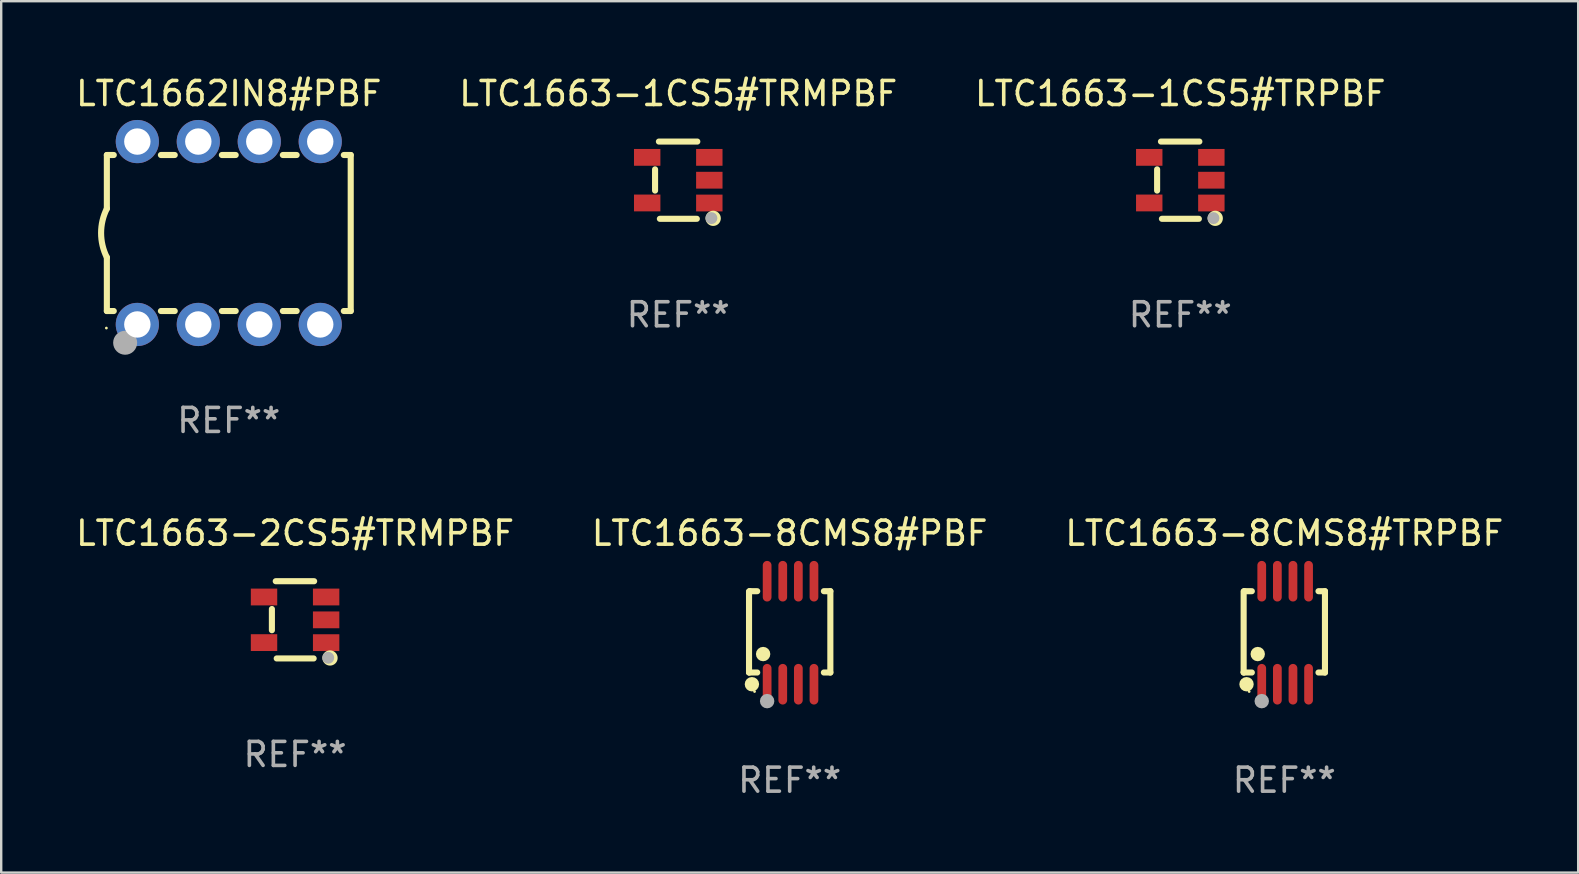
<source format=kicad_pcb>
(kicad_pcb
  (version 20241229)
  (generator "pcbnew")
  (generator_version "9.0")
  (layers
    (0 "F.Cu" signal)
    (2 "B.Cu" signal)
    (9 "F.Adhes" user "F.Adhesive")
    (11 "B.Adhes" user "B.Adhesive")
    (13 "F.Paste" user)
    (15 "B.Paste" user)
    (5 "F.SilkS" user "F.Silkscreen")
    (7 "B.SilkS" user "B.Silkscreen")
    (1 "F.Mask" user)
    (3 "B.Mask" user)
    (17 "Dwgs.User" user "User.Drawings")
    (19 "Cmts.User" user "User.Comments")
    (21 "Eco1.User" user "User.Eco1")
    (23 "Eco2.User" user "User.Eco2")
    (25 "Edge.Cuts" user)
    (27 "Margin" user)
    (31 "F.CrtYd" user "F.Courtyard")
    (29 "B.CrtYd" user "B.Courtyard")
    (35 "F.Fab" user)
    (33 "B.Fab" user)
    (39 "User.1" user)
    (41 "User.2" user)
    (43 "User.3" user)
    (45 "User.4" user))
  (footprint "LTC1663-1CS5#TRMPBF"
    (layer "F.Cu")
    (at 25.208 4.457)
    (property "Reference" "LTC1663-1CS5#TRMPBF" (at 0 -3.609 0) (layer "F.SilkS") (effects (font (size 1 1) (thickness 0.15))))
    (attr through_hole)
    (fp_line (start -0.966 0.433) (end -0.966 -0.451) (stroke (width 0.254) (type solid)) (layer "F.SilkS"))
    (fp_line (start -0.806 -1.609) (end 0.794 -1.609) (stroke (width 0.254) (type solid)) (layer "F.SilkS"))
    (fp_line (start -0.766 1.609) (end 0.774 1.609) (stroke (width 0.254) (type solid)) (layer "F.SilkS"))
    (fp_circle (center 1.4 1.45) (end 1.43 1.45) (stroke (width 0.06) (type solid)) (fill no) (layer "F.SilkS"))
    (fp_circle (center 1.456 1.589) (end 1.52 1.589) (stroke (width 0.254) (type solid)) (fill no) (layer "F.SilkS"))
    (fp_circle (center 1.38 1.58) (end 1.505 1.58) (stroke (width 0.25) (type solid)) (fill no) (layer "F.Fab"))
    (fp_text user "REF**" (at 0 5.609 0) (layer "F.Fab") (effects (font (size 1 1) (thickness 0.15))))
    (pad "1" smd rect (at 1.294 0.951) (size 1.1 0.7) (layers "F.Cu" "F.Mask" "F.Paste"))
    (pad "2" smd rect (at 1.294 0.001) (size 1.1 0.7) (layers "F.Cu" "F.Mask" "F.Paste"))
    (pad "3" smd rect (at 1.294 -0.951) (size 1.1 0.7) (layers "F.Cu" "F.Mask" "F.Paste"))
    (pad "4" smd rect (at -1.294 -0.951 180) (size 1.1 0.7) (layers "F.Cu" "F.Mask" "F.Paste"))
    (pad "5" smd rect (at -1.294 0.949 180) (size 1.1 0.7) (layers "F.Cu" "F.Mask" "F.Paste")))
  (footprint "LTC1663-2CS5#TRMPBF"
    (layer "F.Cu")
    (at 9.244 22.774)
    (property "Reference" "LTC1663-2CS5#TRMPBF" (at 0 -3.609 0) (layer "F.SilkS") (effects (font (size 1 1) (thickness 0.15))))
    (attr through_hole)
    (fp_line (start -0.966 0.433) (end -0.966 -0.451) (stroke (width 0.254) (type solid)) (layer "F.SilkS"))
    (fp_line (start -0.806 -1.609) (end 0.794 -1.609) (stroke (width 0.254) (type solid)) (layer "F.SilkS"))
    (fp_line (start -0.766 1.609) (end 0.774 1.609) (stroke (width 0.254) (type solid)) (layer "F.SilkS"))
    (fp_circle (center 1.4 1.45) (end 1.43 1.45) (stroke (width 0.06) (type solid)) (fill no) (layer "F.SilkS"))
    (fp_circle (center 1.456 1.589) (end 1.52 1.589) (stroke (width 0.254) (type solid)) (fill no) (layer "F.SilkS"))
    (fp_circle (center 1.38 1.58) (end 1.505 1.58) (stroke (width 0.25) (type solid)) (fill no) (layer "F.Fab"))
    (fp_text user "REF**" (at 0 5.609 0) (layer "F.Fab") (effects (font (size 1 1) (thickness 0.15))))
    (pad "1" smd rect (at 1.294 0.951) (size 1.1 0.7) (layers "F.Cu" "F.Mask" "F.Paste"))
    (pad "2" smd rect (at 1.294 0.001) (size 1.1 0.7) (layers "F.Cu" "F.Mask" "F.Paste"))
    (pad "3" smd rect (at 1.294 -0.951) (size 1.1 0.7) (layers "F.Cu" "F.Mask" "F.Paste"))
    (pad "4" smd rect (at -1.294 -0.951 180) (size 1.1 0.7) (layers "F.Cu" "F.Mask" "F.Paste"))
    (pad "5" smd rect (at -1.294 0.949 180) (size 1.1 0.7) (layers "F.Cu" "F.Mask" "F.Paste")))
  (footprint "LTC1663-8CMS8#PBF"
    (layer "F.Cu")
    (at 29.851 23.311)
    (property "Reference" "LTC1663-8CMS8#PBF" (at 0 -4.146 0) (layer "F.SilkS") (effects (font (size 1 1) (thickness 0.15))))
    (attr through_hole)
    (fp_line (start -1.694 -1.724) (end -1.694 1.652) (stroke (width 0.254) (type solid)) (layer "F.SilkS"))
    (fp_line (start -1.694 1.652) (end -1.688 1.658) (stroke (width 0.254) (type solid)) (layer "F.SilkS"))
    (fp_line (start -1.688 1.658) (end -1.353 1.658) (stroke (width 0.254) (type solid)) (layer "F.SilkS"))
    (fp_line (start -1.661 -1.73) (end -1.681 -1.71) (stroke (width 0.254) (type solid)) (layer "F.SilkS"))
    (fp_line (start -1.353 -1.73) (end -1.661 -1.73) (stroke (width 0.254) (type solid)) (layer "F.SilkS"))
    (fp_line (start 1.424 1.658) (end 1.694 1.658) (stroke (width 0.254) (type solid)) (layer "F.SilkS"))
    (fp_line (start 1.694 -1.73) (end 1.424 -1.73) (stroke (width 0.254) (type solid)) (layer "F.SilkS"))
    (fp_line (start 1.694 1.658) (end 1.694 -1.73) (stroke (width 0.254) (type solid)) (layer "F.SilkS"))
    (fp_circle (center -1.574 2.146) (end -1.424 2.146) (stroke (width 0.3) (type solid)) (fill no) (layer "F.SilkS"))
    (fp_circle (center -1.464 2.45) (end -1.434 2.45) (stroke (width 0.06) (type solid)) (fill no) (layer "F.SilkS"))
    (fp_circle (center -1.107 0.889) (end -0.957 0.889) (stroke (width 0.3) (type solid)) (fill no) (layer "F.SilkS"))
    (fp_circle (center -0.94 2.85) (end -0.789 2.85) (stroke (width 0.3) (type solid)) (fill no) (layer "F.Fab"))
    (fp_text user "REF**" (at 0 6.146 0) (layer "F.Fab") (effects (font (size 1 1) (thickness 0.15))))
    (pad "1" smd oval (at -0.94 2.146) (size 0.364 1.692) (layers "F.Cu" "F.Mask" "F.Paste"))
    (pad "2" smd oval (at -0.289 2.146) (size 0.364 1.692) (layers "F.Cu" "F.Mask" "F.Paste"))
    (pad "3" smd oval (at 0.361 2.146) (size 0.364 1.692) (layers "F.Cu" "F.Mask" "F.Paste"))
    (pad "4" smd oval (at 1.011 2.146) (size 0.364 1.692) (layers "F.Cu" "F.Mask" "F.Paste"))
    (pad "5" smd oval (at 1.011 -2.146) (size 0.364 1.692) (layers "F.Cu" "F.Mask" "F.Paste"))
    (pad "6" smd oval (at 0.361 -2.146) (size 0.364 1.692) (layers "F.Cu" "F.Mask" "F.Paste"))
    (pad "7" smd oval (at -0.289 -2.146) (size 0.364 1.692) (layers "F.Cu" "F.Mask" "F.Paste"))
    (pad "8" smd oval (at -0.94 -2.146) (size 0.364 1.692) (layers "F.Cu" "F.Mask" "F.Paste")))
  (footprint "LTC1663-8CMS8#TRPBF"
    (layer "F.Cu")
    (at 50.458 23.311)
    (property "Reference" "LTC1663-8CMS8#TRPBF" (at 0 -4.146 0) (layer "F.SilkS") (effects (font (size 1 1) (thickness 0.15))))
    (attr through_hole)
    (fp_line (start -1.694 -1.724) (end -1.694 1.652) (stroke (width 0.254) (type solid)) (layer "F.SilkS"))
    (fp_line (start -1.694 1.652) (end -1.688 1.658) (stroke (width 0.254) (type solid)) (layer "F.SilkS"))
    (fp_line (start -1.688 1.658) (end -1.353 1.658) (stroke (width 0.254) (type solid)) (layer "F.SilkS"))
    (fp_line (start -1.661 -1.73) (end -1.681 -1.71) (stroke (width 0.254) (type solid)) (layer "F.SilkS"))
    (fp_line (start -1.353 -1.73) (end -1.661 -1.73) (stroke (width 0.254) (type solid)) (layer "F.SilkS"))
    (fp_line (start 1.424 1.658) (end 1.694 1.658) (stroke (width 0.254) (type solid)) (layer "F.SilkS"))
    (fp_line (start 1.694 -1.73) (end 1.424 -1.73) (stroke (width 0.254) (type solid)) (layer "F.SilkS"))
    (fp_line (start 1.694 1.658) (end 1.694 -1.73) (stroke (width 0.254) (type solid)) (layer "F.SilkS"))
    (fp_circle (center -1.574 2.146) (end -1.424 2.146) (stroke (width 0.3) (type solid)) (fill no) (layer "F.SilkS"))
    (fp_circle (center -1.464 2.45) (end -1.434 2.45) (stroke (width 0.06) (type solid)) (fill no) (layer "F.SilkS"))
    (fp_circle (center -1.107 0.889) (end -0.957 0.889) (stroke (width 0.3) (type solid)) (fill no) (layer "F.SilkS"))
    (fp_circle (center -0.94 2.85) (end -0.789 2.85) (stroke (width 0.3) (type solid)) (fill no) (layer "F.Fab"))
    (fp_text user "REF**" (at 0 6.146 0) (layer "F.Fab") (effects (font (size 1 1) (thickness 0.15))))
    (pad "1" smd oval (at -0.94 2.146) (size 0.364 1.692) (layers "F.Cu" "F.Mask" "F.Paste"))
    (pad "2" smd oval (at -0.289 2.146) (size 0.364 1.692) (layers "F.Cu" "F.Mask" "F.Paste"))
    (pad "3" smd oval (at 0.361 2.146) (size 0.364 1.692) (layers "F.Cu" "F.Mask" "F.Paste"))
    (pad "4" smd oval (at 1.011 2.146) (size 0.364 1.692) (layers "F.Cu" "F.Mask" "F.Paste"))
    (pad "5" smd oval (at 1.011 -2.146) (size 0.364 1.692) (layers "F.Cu" "F.Mask" "F.Paste"))
    (pad "6" smd oval (at 0.361 -2.146) (size 0.364 1.692) (layers "F.Cu" "F.Mask" "F.Paste"))
    (pad "7" smd oval (at -0.289 -2.146) (size 0.364 1.692) (layers "F.Cu" "F.Mask" "F.Paste"))
    (pad "8" smd oval (at -0.94 -2.146) (size 0.364 1.692) (layers "F.Cu" "F.Mask" "F.Paste")))
  (footprint "LTC1662IN8#PBF"
    (layer "F.Cu")
    (at 6.482 6.658)
    (property "Reference" "LTC1662IN8#PBF" (at 0 -5.81 0) (layer "F.SilkS") (effects (font (size 1 1) (thickness 0.15))))
    (attr through_hole)
    (fp_line (start -5.08 -3.25) (end -5.08 -1.017) (stroke (width 0.254) (type solid)) (layer "F.SilkS"))
    (fp_line (start -5.08 -3.25) (end -4.792 -3.25) (stroke (width 0.254) (type solid)) (layer "F.SilkS"))
    (fp_line (start -5.08 3.25) (end -5.08 1.015) (stroke (width 0.254) (type solid)) (layer "F.SilkS"))
    (fp_line (start -5.08 3.25) (end -4.792 3.25) (stroke (width 0.254) (type solid)) (layer "F.SilkS"))
    (fp_line (start -2.828 -3.25) (end -2.252 -3.25) (stroke (width 0.254) (type solid)) (layer "F.SilkS"))
    (fp_line (start -2.828 3.25) (end -2.252 3.25) (stroke (width 0.254) (type solid)) (layer "F.SilkS"))
    (fp_line (start -0.288 -3.25) (end 0.288 -3.25) (stroke (width 0.254) (type solid)) (layer "F.SilkS"))
    (fp_line (start -0.288 3.25) (end 0.288 3.25) (stroke (width 0.254) (type solid)) (layer "F.SilkS"))
    (fp_line (start 2.252 -3.25) (end 2.828 -3.25) (stroke (width 0.254) (type solid)) (layer "F.SilkS"))
    (fp_line (start 2.252 3.25) (end 2.828 3.25) (stroke (width 0.254) (type solid)) (layer "F.SilkS"))
    (fp_line (start 4.792 -3.25) (end 5.08 -3.25) (stroke (width 0.254) (type solid)) (layer "F.SilkS"))
    (fp_line (start 4.792 3.25) (end 5.08 3.25) (stroke (width 0.254) (type solid)) (layer "F.SilkS"))
    (fp_line (start 5.08 -3.25) (end 5.08 3.25) (stroke (width 0.254) (type solid)) (layer "F.SilkS"))
    (fp_arc (start -5.08001 1.01524) (mid -5.319856 -0.000762) (end -5.08001 -1.016764) (stroke (width 0.254001) (type solid)) (layer "F.SilkS"))
    (fp_circle (center -5.1 3.96) (end -5.07 3.96) (stroke (width 0.06) (type solid)) (fill no) (layer "F.SilkS"))
    (fp_circle (center -4.318 4.572) (end -4.068 4.572) (stroke (width 0.5) (type solid)) (fill no) (layer "F.Fab"))
    (fp_text user "REF**" (at 0 7.81 0) (layer "F.Fab") (effects (font (size 1 1) (thickness 0.15))))
    (pad "1" thru_hole circle (at -3.81 3.81) (size 1.8 1.8) (drill 1.1) (layers "*.Cu" "*.Mask"))
    (pad "2" thru_hole circle (at -1.27 3.81) (size 1.8 1.8) (drill 1.1) (layers "*.Cu" "*.Mask"))
    (pad "3" thru_hole circle (at 1.27 3.81) (size 1.8 1.8) (drill 1.1) (layers "*.Cu" "*.Mask"))
    (pad "4" thru_hole circle (at 3.81 3.81) (size 1.8 1.8) (drill 1.1) (layers "*.Cu" "*.Mask"))
    (pad "5" thru_hole circle (at 3.81 -3.81) (size 1.8 1.8) (drill 1.1) (layers "*.Cu" "*.Mask"))
    (pad "6" thru_hole circle (at 1.27 -3.81) (size 1.8 1.8) (drill 1.1) (layers "*.Cu" "*.Mask"))
    (pad "7" thru_hole circle (at -1.27 -3.81) (size 1.8 1.8) (drill 1.1) (layers "*.Cu" "*.Mask"))
    (pad "8" thru_hole circle (at -3.81 -3.81) (size 1.8 1.8) (drill 1.1) (layers "*.Cu" "*.Mask")))
  (footprint "LTC1663-1CS5#TRPBF"
    (layer "F.Cu")
    (at 46.125 4.457)
    (property "Reference" "LTC1663-1CS5#TRPBF" (at 0 -3.609 0) (layer "F.SilkS") (effects (font (size 1 1) (thickness 0.15))))
    (attr through_hole)
    (fp_line (start -0.966 0.433) (end -0.966 -0.451) (stroke (width 0.254) (type solid)) (layer "F.SilkS"))
    (fp_line (start -0.806 -1.609) (end 0.794 -1.609) (stroke (width 0.254) (type solid)) (layer "F.SilkS"))
    (fp_line (start -0.766 1.609) (end 0.774 1.609) (stroke (width 0.254) (type solid)) (layer "F.SilkS"))
    (fp_circle (center 1.4 1.45) (end 1.43 1.45) (stroke (width 0.06) (type solid)) (fill no) (layer "F.SilkS"))
    (fp_circle (center 1.456 1.589) (end 1.52 1.589) (stroke (width 0.254) (type solid)) (fill no) (layer "F.SilkS"))
    (fp_circle (center 1.38 1.58) (end 1.505 1.58) (stroke (width 0.25) (type solid)) (fill no) (layer "F.Fab"))
    (fp_text user "REF**" (at 0 5.609 0) (layer "F.Fab") (effects (font (size 1 1) (thickness 0.15))))
    (pad "1" smd rect (at 1.294 0.951) (size 1.1 0.7) (layers "F.Cu" "F.Mask" "F.Paste"))
    (pad "2" smd rect (at 1.294 0.001) (size 1.1 0.7) (layers "F.Cu" "F.Mask" "F.Paste"))
    (pad "3" smd rect (at 1.294 -0.951) (size 1.1 0.7) (layers "F.Cu" "F.Mask" "F.Paste"))
    (pad "4" smd rect (at -1.294 -0.951 180) (size 1.1 0.7) (layers "F.Cu" "F.Mask" "F.Paste"))
    (pad "5" smd rect (at -1.294 0.949 180) (size 1.1 0.7) (layers "F.Cu" "F.Mask" "F.Paste")))
  (gr_rect
    (start -3 -3)
    (end 62.702 33.305)
    (stroke (width 0.1) (type default))
    (fill no)
    (layer "Edge.Cuts")))
</source>
